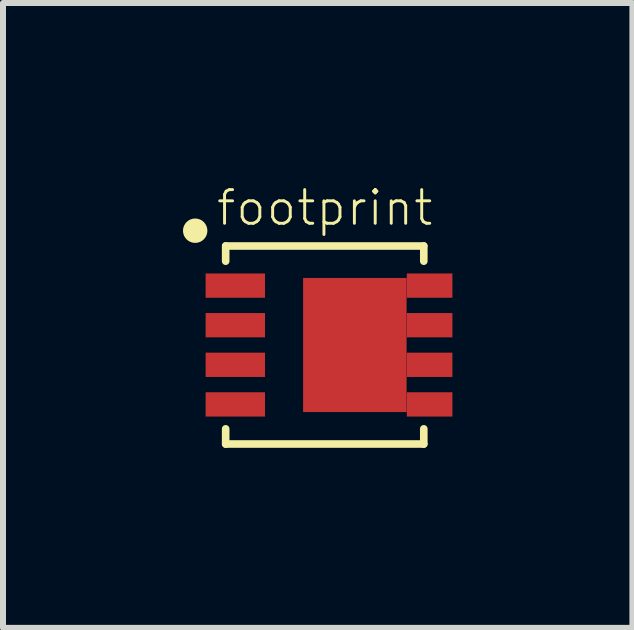
<source format=kicad_pcb>
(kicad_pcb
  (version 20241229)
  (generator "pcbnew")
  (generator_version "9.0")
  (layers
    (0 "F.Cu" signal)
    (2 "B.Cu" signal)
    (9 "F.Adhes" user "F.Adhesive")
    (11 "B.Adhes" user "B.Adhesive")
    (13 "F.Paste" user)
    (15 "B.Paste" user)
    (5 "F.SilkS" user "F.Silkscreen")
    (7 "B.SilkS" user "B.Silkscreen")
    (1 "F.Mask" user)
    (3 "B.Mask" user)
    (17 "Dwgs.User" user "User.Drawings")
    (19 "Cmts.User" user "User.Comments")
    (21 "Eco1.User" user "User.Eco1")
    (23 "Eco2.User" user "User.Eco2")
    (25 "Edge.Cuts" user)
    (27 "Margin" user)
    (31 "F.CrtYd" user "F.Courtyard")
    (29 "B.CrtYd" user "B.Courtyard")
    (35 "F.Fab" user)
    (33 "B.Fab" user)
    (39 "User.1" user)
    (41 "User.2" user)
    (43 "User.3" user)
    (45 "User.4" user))
  (footprint "footprint"
    (layer "F.Cu")
    (at 2.362 2.7)
    (property "Reference" "footprint" (at 0 -2.286 0) (layer "F.SilkS") (effects (font (size 0.561 0.561) (thickness 0.049))))
    (fp_line (start -1.651 -1.651) (end -1.651 -1.397) (stroke (width 0.127) (type solid)) (layer "F.SilkS"))
    (fp_line (start -1.651 1.651) (end -1.651 1.397) (stroke (width 0.127) (type solid)) (layer "F.SilkS"))
    (fp_line (start -1.65 -1.65) (end 1.65 -1.65) (stroke (width 0.127) (type solid)) (layer "F.SilkS"))
    (fp_line (start 1.65 1.65) (end -1.65 1.65) (stroke (width 0.127) (type solid)) (layer "F.SilkS"))
    (fp_line (start 1.651 -1.651) (end 1.651 -1.397) (stroke (width 0.127) (type solid)) (layer "F.SilkS"))
    (fp_line (start 1.651 1.651) (end 1.651 1.397) (stroke (width 0.127) (type solid)) (layer "F.SilkS"))
    (fp_circle (center -2.159 -1.905) (end -2.057 -1.905) (stroke (width 0.203) (type solid)) (fill no) (layer "F.SilkS"))
    (pad "1" smd rect (at -1.49 -0.99) (size 0.99 0.405) (layers "F.Cu" "F.Mask" "F.Paste"))
    (pad "2" smd rect (at -1.49 -0.33) (size 0.99 0.405) (layers "F.Cu" "F.Mask" "F.Paste"))
    (pad "3" smd rect (at -1.49 0.33) (size 0.99 0.405) (layers "F.Cu" "F.Mask" "F.Paste"))
    (pad "4" smd rect (at -1.49 0.99) (size 0.99 0.405) (layers "F.Cu" "F.Mask" "F.Paste"))
    (pad "5" smd rect (at 1.748 0.99) (size 0.76 0.405) (layers "F.Cu" "F.Mask" "F.Paste"))
    (pad "6" smd rect (at 1.748 0.33) (size 0.76 0.405) (layers "F.Cu" "F.Mask" "F.Paste"))
    (pad "7" smd rect (at 1.748 -0.33) (size 0.76 0.405) (layers "F.Cu" "F.Mask" "F.Paste"))
    (pad "8" smd rect (at 1.748 -0.99) (size 0.76 0.405) (layers "F.Cu" "F.Mask" "F.Paste"))
    (pad "PAD" smd rect (at 0.502 0) (size 1.725 2.235) (layers "F.Cu" "F.Mask" "F.Paste")))
  (gr_rect
    (start -3 -3)
    (end 7.49 7.414)
    (stroke (width 0.1) (type default))
    (fill no)
    (layer "Edge.Cuts")))
</source>
